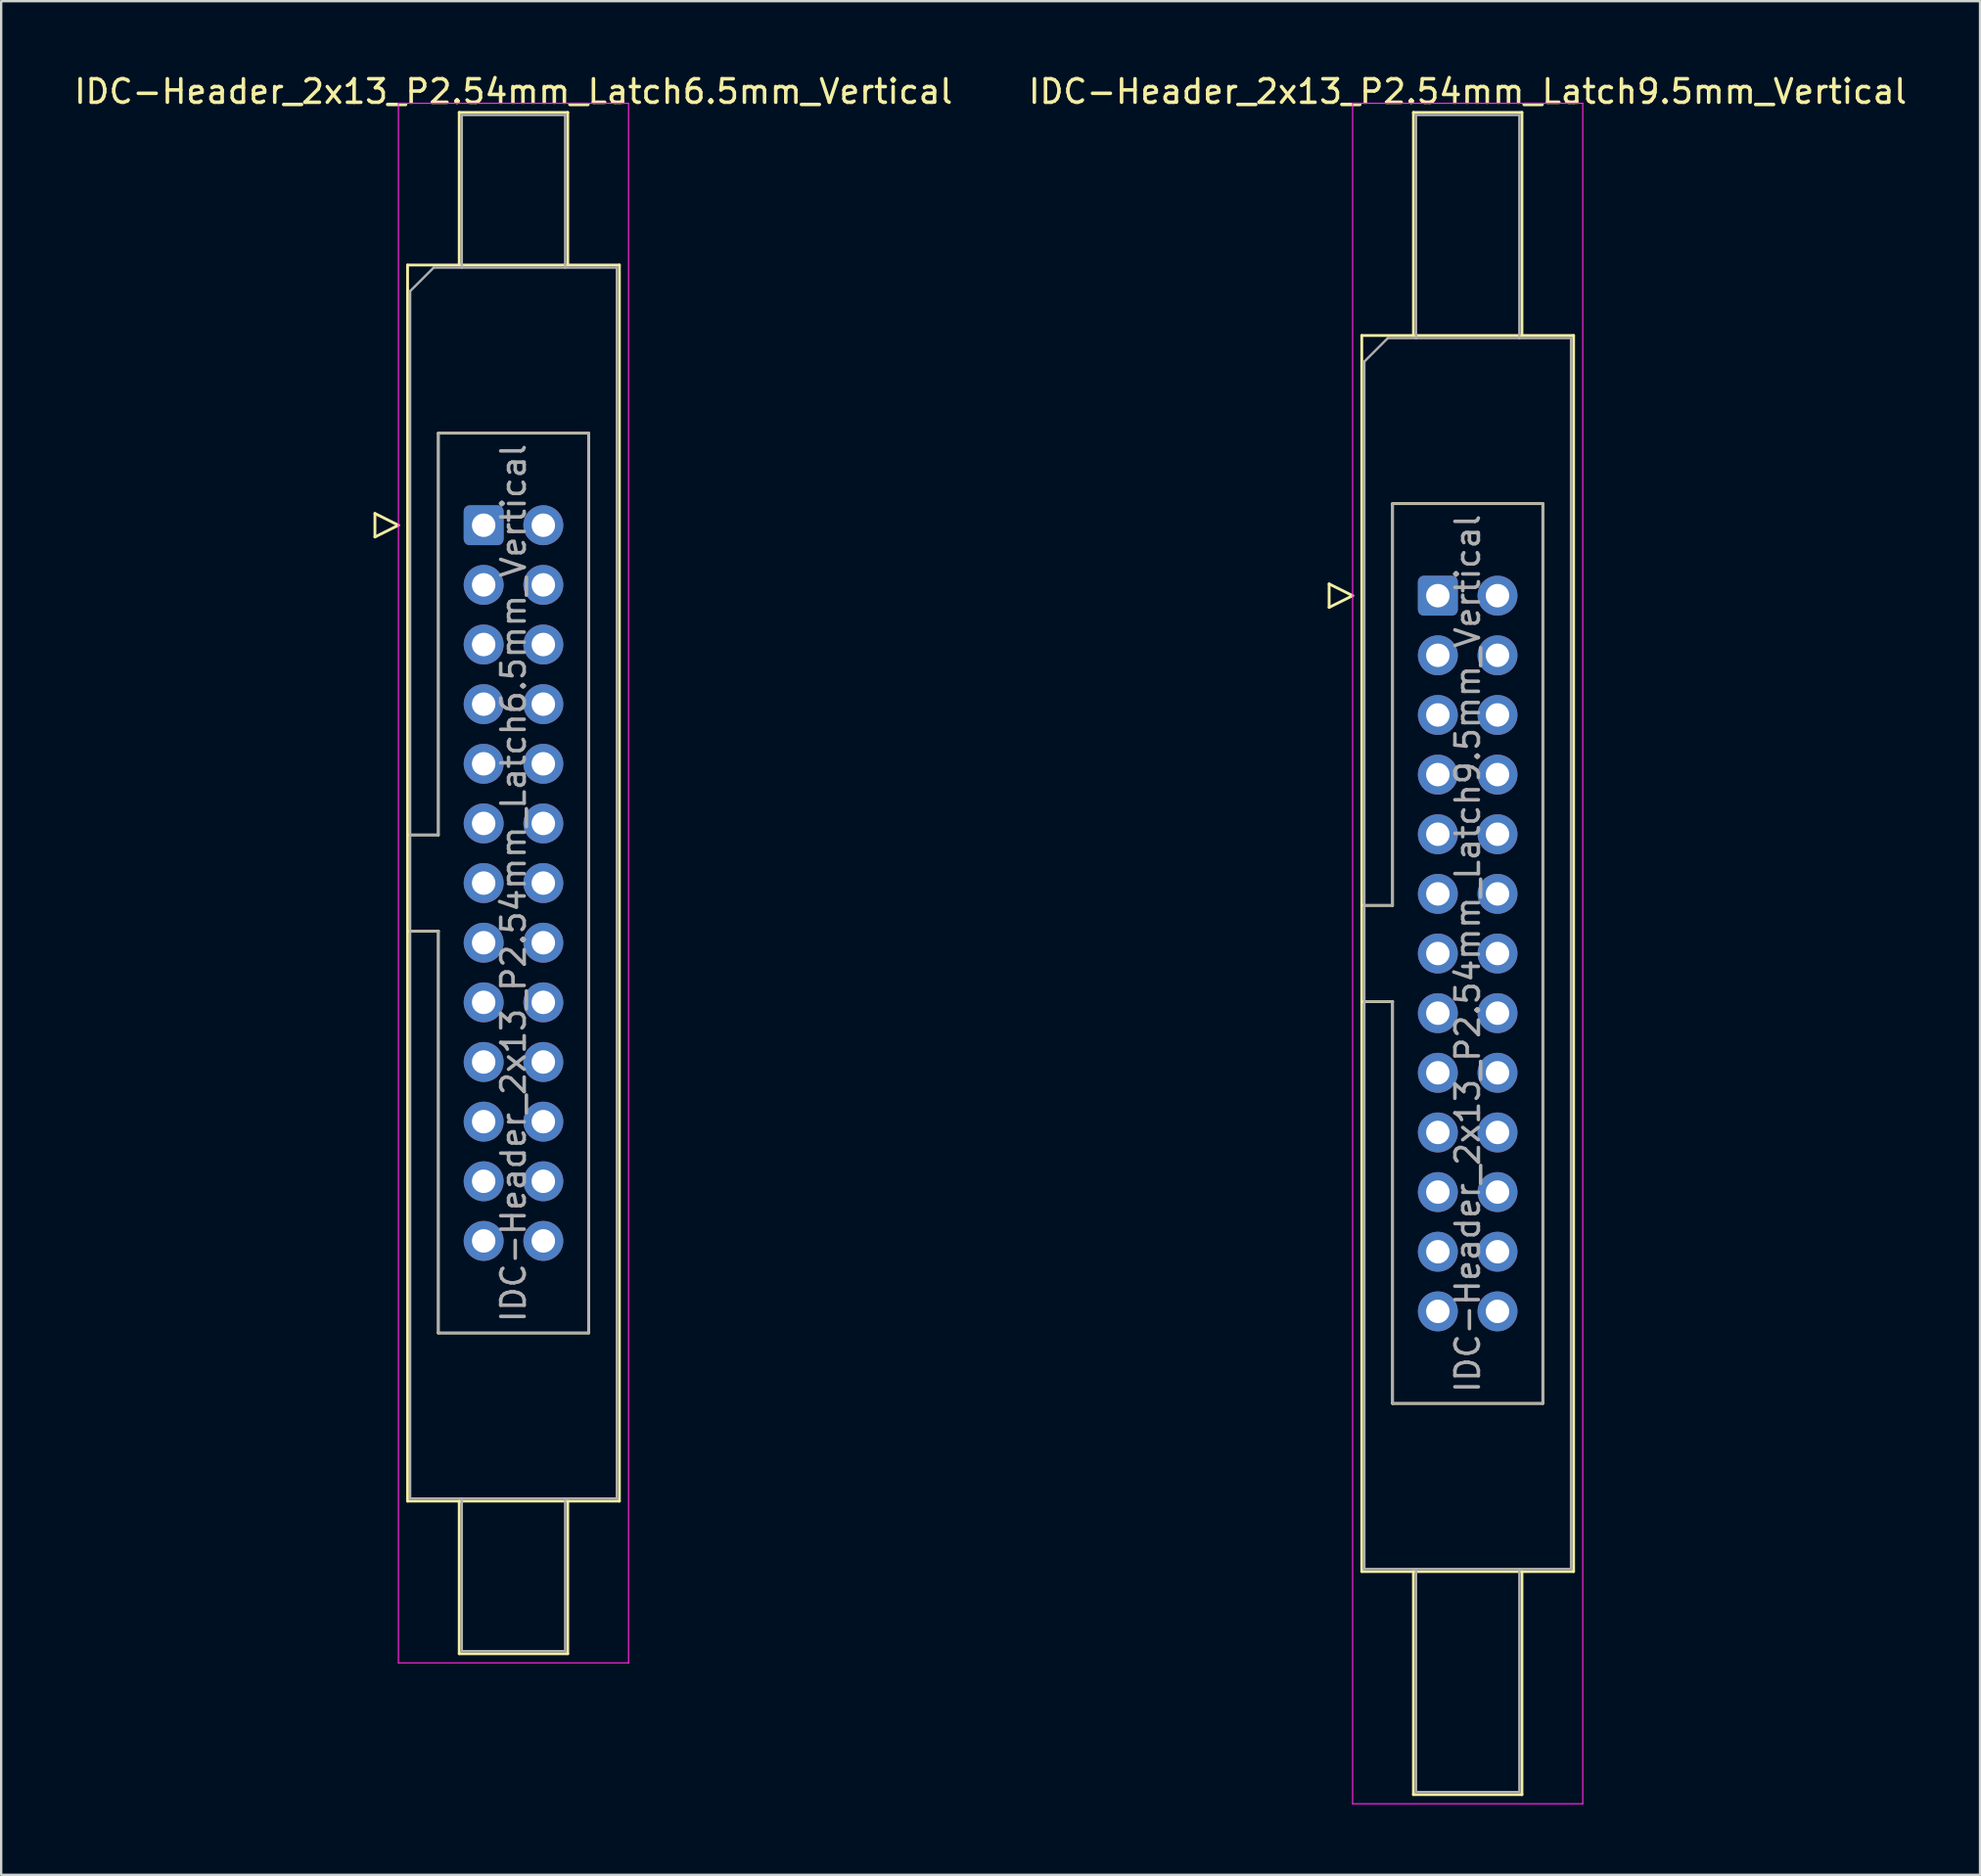
<source format=kicad_pcb>
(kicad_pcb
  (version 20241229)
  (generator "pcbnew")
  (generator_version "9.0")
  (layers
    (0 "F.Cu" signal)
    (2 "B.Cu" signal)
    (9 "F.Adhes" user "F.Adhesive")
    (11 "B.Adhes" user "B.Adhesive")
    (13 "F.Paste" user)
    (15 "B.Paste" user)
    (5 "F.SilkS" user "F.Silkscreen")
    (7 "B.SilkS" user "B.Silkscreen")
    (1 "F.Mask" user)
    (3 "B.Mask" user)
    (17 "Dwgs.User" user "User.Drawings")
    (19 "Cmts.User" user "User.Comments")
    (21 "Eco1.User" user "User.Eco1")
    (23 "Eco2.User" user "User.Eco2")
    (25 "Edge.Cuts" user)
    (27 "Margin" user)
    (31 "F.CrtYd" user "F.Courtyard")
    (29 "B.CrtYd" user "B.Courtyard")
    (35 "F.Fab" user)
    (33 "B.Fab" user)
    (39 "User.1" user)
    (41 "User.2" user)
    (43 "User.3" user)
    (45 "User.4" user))
  (footprint "IDC-Header_2x13_P2.54mm_Latch9.5mm_Vertical"
    (layer "F.Cu")
    (at 58.176 22.318)
    (property "Reference" "IDC-Header_2x13_P2.54mm_Latch9.5mm_Vertical" (at 1.27 -21.47 0) (layer "F.SilkS") (effects (font (size 1 1) (thickness 0.15))))
    (attr through_hole)
    (fp_line (start -4.63 -0.5) (end -4.63 0.5) (stroke (width 0.12) (type solid)) (layer "F.SilkS"))
    (fp_line (start -4.63 0.5) (end -3.63 0) (stroke (width 0.12) (type solid)) (layer "F.SilkS"))
    (fp_line (start -3.63 0) (end -4.63 -0.5) (stroke (width 0.12) (type solid)) (layer "F.SilkS"))
    (fp_line (start -3.24 -11.08) (end 5.78 -11.08) (stroke (width 0.12) (type solid)) (layer "F.SilkS"))
    (fp_line (start -3.24 13.19) (end -1.93 13.19) (stroke (width 0.12) (type solid)) (layer "F.SilkS"))
    (fp_line (start -3.24 41.56) (end -3.24 -11.08) (stroke (width 0.12) (type solid)) (layer "F.SilkS"))
    (fp_line (start -1.93 -3.92) (end 4.47 -3.92) (stroke (width 0.12) (type solid)) (layer "F.SilkS"))
    (fp_line (start -1.93 13.19) (end -1.93 -3.92) (stroke (width 0.12) (type solid)) (layer "F.SilkS"))
    (fp_line (start -1.93 17.29) (end -3.24 17.29) (stroke (width 0.12) (type solid)) (layer "F.SilkS"))
    (fp_line (start -1.93 17.29) (end -1.93 17.29) (stroke (width 0.12) (type solid)) (layer "F.SilkS"))
    (fp_line (start -1.93 34.4) (end -1.93 17.29) (stroke (width 0.12) (type solid)) (layer "F.SilkS"))
    (fp_line (start -1.04 -20.58) (end 3.58 -20.58) (stroke (width 0.12) (type solid)) (layer "F.SilkS"))
    (fp_line (start -1.04 -11.08) (end -1.04 -20.58) (stroke (width 0.12) (type solid)) (layer "F.SilkS"))
    (fp_line (start -1.04 41.56) (end -1.04 51.06) (stroke (width 0.12) (type solid)) (layer "F.SilkS"))
    (fp_line (start -1.04 51.06) (end 3.58 51.06) (stroke (width 0.12) (type solid)) (layer "F.SilkS"))
    (fp_line (start 3.58 -20.58) (end 3.58 -11.08) (stroke (width 0.12) (type solid)) (layer "F.SilkS"))
    (fp_line (start 3.58 51.06) (end 3.58 41.56) (stroke (width 0.12) (type solid)) (layer "F.SilkS"))
    (fp_line (start 4.47 -3.92) (end 4.47 34.4) (stroke (width 0.12) (type solid)) (layer "F.SilkS"))
    (fp_line (start 4.47 34.4) (end -1.93 34.4) (stroke (width 0.12) (type solid)) (layer "F.SilkS"))
    (fp_line (start 5.78 -11.08) (end 5.78 41.56) (stroke (width 0.12) (type solid)) (layer "F.SilkS"))
    (fp_line (start 5.78 41.56) (end -3.24 41.56) (stroke (width 0.12) (type solid)) (layer "F.SilkS"))
    (fp_line (start -3.63 -20.97) (end -3.63 51.45) (stroke (width 0.05) (type solid)) (layer "F.CrtYd"))
    (fp_line (start -3.63 51.45) (end 6.17 51.45) (stroke (width 0.05) (type solid)) (layer "F.CrtYd"))
    (fp_line (start 6.17 -20.97) (end -3.63 -20.97) (stroke (width 0.05) (type solid)) (layer "F.CrtYd"))
    (fp_line (start 6.17 51.45) (end 6.17 -20.97) (stroke (width 0.05) (type solid)) (layer "F.CrtYd"))
    (fp_line (start -3.13 -9.97) (end -2.13 -10.97) (stroke (width 0.1) (type solid)) (layer "F.Fab"))
    (fp_line (start -3.13 13.19) (end -1.93 13.19) (stroke (width 0.1) (type solid)) (layer "F.Fab"))
    (fp_line (start -3.13 41.45) (end -3.13 -9.97) (stroke (width 0.1) (type solid)) (layer "F.Fab"))
    (fp_line (start -2.13 -10.97) (end 5.67 -10.97) (stroke (width 0.1) (type solid)) (layer "F.Fab"))
    (fp_line (start -1.93 -3.92) (end 4.47 -3.92) (stroke (width 0.1) (type solid)) (layer "F.Fab"))
    (fp_line (start -1.93 13.19) (end -1.93 -3.92) (stroke (width 0.1) (type solid)) (layer "F.Fab"))
    (fp_line (start -1.93 17.29) (end -3.13 17.29) (stroke (width 0.1) (type solid)) (layer "F.Fab"))
    (fp_line (start -1.93 17.29) (end -1.93 17.29) (stroke (width 0.1) (type solid)) (layer "F.Fab"))
    (fp_line (start -1.93 34.4) (end -1.93 17.29) (stroke (width 0.1) (type solid)) (layer "F.Fab"))
    (fp_line (start -0.93 -20.47) (end 3.47 -20.47) (stroke (width 0.1) (type solid)) (layer "F.Fab"))
    (fp_line (start -0.93 -10.97) (end -0.93 -20.47) (stroke (width 0.1) (type solid)) (layer "F.Fab"))
    (fp_line (start -0.93 41.45) (end -0.93 50.95) (stroke (width 0.1) (type solid)) (layer "F.Fab"))
    (fp_line (start -0.93 50.95) (end 3.47 50.95) (stroke (width 0.1) (type solid)) (layer "F.Fab"))
    (fp_line (start 3.47 -20.47) (end 3.47 -10.97) (stroke (width 0.1) (type solid)) (layer "F.Fab"))
    (fp_line (start 3.47 50.95) (end 3.47 41.45) (stroke (width 0.1) (type solid)) (layer "F.Fab"))
    (fp_line (start 4.47 -3.92) (end 4.47 34.4) (stroke (width 0.1) (type solid)) (layer "F.Fab"))
    (fp_line (start 4.47 34.4) (end -1.93 34.4) (stroke (width 0.1) (type solid)) (layer "F.Fab"))
    (fp_line (start 5.67 -10.97) (end 5.67 41.45) (stroke (width 0.1) (type solid)) (layer "F.Fab"))
    (fp_line (start 5.67 41.45) (end -3.13 41.45) (stroke (width 0.1) (type solid)) (layer "F.Fab"))
    (fp_text user "${REFERENCE}" (at 1.27 15.24 90) (layer "F.Fab") (effects (font (size 1 1) (thickness 0.15))))
    (pad "1" thru_hole roundrect (at 0 0) (size 1.7 1.7) (drill 1) (layers "*.Cu" "*.Mask") (roundrect_rratio 0.147))
    (pad "2" thru_hole circle (at 2.54 0) (size 1.7 1.7) (drill 1) (layers "*.Cu" "*.Mask"))
    (pad "3" thru_hole circle (at 0 2.54) (size 1.7 1.7) (drill 1) (layers "*.Cu" "*.Mask"))
    (pad "4" thru_hole circle (at 2.54 2.54) (size 1.7 1.7) (drill 1) (layers "*.Cu" "*.Mask"))
    (pad "5" thru_hole circle (at 0 5.08) (size 1.7 1.7) (drill 1) (layers "*.Cu" "*.Mask"))
    (pad "6" thru_hole circle (at 2.54 5.08) (size 1.7 1.7) (drill 1) (layers "*.Cu" "*.Mask"))
    (pad "7" thru_hole circle (at 0 7.62) (size 1.7 1.7) (drill 1) (layers "*.Cu" "*.Mask"))
    (pad "8" thru_hole circle (at 2.54 7.62) (size 1.7 1.7) (drill 1) (layers "*.Cu" "*.Mask"))
    (pad "9" thru_hole circle (at 0 10.16) (size 1.7 1.7) (drill 1) (layers "*.Cu" "*.Mask"))
    (pad "10" thru_hole circle (at 2.54 10.16) (size 1.7 1.7) (drill 1) (layers "*.Cu" "*.Mask"))
    (pad "11" thru_hole circle (at 0 12.7) (size 1.7 1.7) (drill 1) (layers "*.Cu" "*.Mask"))
    (pad "12" thru_hole circle (at 2.54 12.7) (size 1.7 1.7) (drill 1) (layers "*.Cu" "*.Mask"))
    (pad "13" thru_hole circle (at 0 15.24) (size 1.7 1.7) (drill 1) (layers "*.Cu" "*.Mask"))
    (pad "14" thru_hole circle (at 2.54 15.24) (size 1.7 1.7) (drill 1) (layers "*.Cu" "*.Mask"))
    (pad "15" thru_hole circle (at 0 17.78) (size 1.7 1.7) (drill 1) (layers "*.Cu" "*.Mask"))
    (pad "16" thru_hole circle (at 2.54 17.78) (size 1.7 1.7) (drill 1) (layers "*.Cu" "*.Mask"))
    (pad "17" thru_hole circle (at 0 20.32) (size 1.7 1.7) (drill 1) (layers "*.Cu" "*.Mask"))
    (pad "18" thru_hole circle (at 2.54 20.32) (size 1.7 1.7) (drill 1) (layers "*.Cu" "*.Mask"))
    (pad "19" thru_hole circle (at 0 22.86) (size 1.7 1.7) (drill 1) (layers "*.Cu" "*.Mask"))
    (pad "20" thru_hole circle (at 2.54 22.86) (size 1.7 1.7) (drill 1) (layers "*.Cu" "*.Mask"))
    (pad "21" thru_hole circle (at 0 25.4) (size 1.7 1.7) (drill 1) (layers "*.Cu" "*.Mask"))
    (pad "22" thru_hole circle (at 2.54 25.4) (size 1.7 1.7) (drill 1) (layers "*.Cu" "*.Mask"))
    (pad "23" thru_hole circle (at 0 27.94) (size 1.7 1.7) (drill 1) (layers "*.Cu" "*.Mask"))
    (pad "24" thru_hole circle (at 2.54 27.94) (size 1.7 1.7) (drill 1) (layers "*.Cu" "*.Mask"))
    (pad "25" thru_hole circle (at 0 30.48) (size 1.7 1.7) (drill 1) (layers "*.Cu" "*.Mask"))
    (pad "26" thru_hole circle (at 2.54 30.48) (size 1.7 1.7) (drill 1) (layers "*.Cu" "*.Mask")))
  (footprint "IDC-Header_2x13_P2.54mm_Latch6.5mm_Vertical"
    (layer "F.Cu")
    (at 17.545 19.318)
    (property "Reference" "IDC-Header_2x13_P2.54mm_Latch6.5mm_Vertical" (at 1.27 -18.47 0) (layer "F.SilkS") (effects (font (size 1 1) (thickness 0.15))))
    (attr through_hole)
    (fp_line (start -4.63 -0.5) (end -4.63 0.5) (stroke (width 0.12) (type solid)) (layer "F.SilkS"))
    (fp_line (start -4.63 0.5) (end -3.63 0) (stroke (width 0.12) (type solid)) (layer "F.SilkS"))
    (fp_line (start -3.63 0) (end -4.63 -0.5) (stroke (width 0.12) (type solid)) (layer "F.SilkS"))
    (fp_line (start -3.24 -11.08) (end 5.78 -11.08) (stroke (width 0.12) (type solid)) (layer "F.SilkS"))
    (fp_line (start -3.24 13.19) (end -1.93 13.19) (stroke (width 0.12) (type solid)) (layer "F.SilkS"))
    (fp_line (start -3.24 41.56) (end -3.24 -11.08) (stroke (width 0.12) (type solid)) (layer "F.SilkS"))
    (fp_line (start -1.93 -3.92) (end 4.47 -3.92) (stroke (width 0.12) (type solid)) (layer "F.SilkS"))
    (fp_line (start -1.93 13.19) (end -1.93 -3.92) (stroke (width 0.12) (type solid)) (layer "F.SilkS"))
    (fp_line (start -1.93 17.29) (end -3.24 17.29) (stroke (width 0.12) (type solid)) (layer "F.SilkS"))
    (fp_line (start -1.93 17.29) (end -1.93 17.29) (stroke (width 0.12) (type solid)) (layer "F.SilkS"))
    (fp_line (start -1.93 34.4) (end -1.93 17.29) (stroke (width 0.12) (type solid)) (layer "F.SilkS"))
    (fp_line (start -1.04 -17.58) (end 3.58 -17.58) (stroke (width 0.12) (type solid)) (layer "F.SilkS"))
    (fp_line (start -1.04 -11.08) (end -1.04 -17.58) (stroke (width 0.12) (type solid)) (layer "F.SilkS"))
    (fp_line (start -1.04 41.56) (end -1.04 48.06) (stroke (width 0.12) (type solid)) (layer "F.SilkS"))
    (fp_line (start -1.04 48.06) (end 3.58 48.06) (stroke (width 0.12) (type solid)) (layer "F.SilkS"))
    (fp_line (start 3.58 -17.58) (end 3.58 -11.08) (stroke (width 0.12) (type solid)) (layer "F.SilkS"))
    (fp_line (start 3.58 48.06) (end 3.58 41.56) (stroke (width 0.12) (type solid)) (layer "F.SilkS"))
    (fp_line (start 4.47 -3.92) (end 4.47 34.4) (stroke (width 0.12) (type solid)) (layer "F.SilkS"))
    (fp_line (start 4.47 34.4) (end -1.93 34.4) (stroke (width 0.12) (type solid)) (layer "F.SilkS"))
    (fp_line (start 5.78 -11.08) (end 5.78 41.56) (stroke (width 0.12) (type solid)) (layer "F.SilkS"))
    (fp_line (start 5.78 41.56) (end -3.24 41.56) (stroke (width 0.12) (type solid)) (layer "F.SilkS"))
    (fp_line (start -3.63 -17.97) (end -3.63 48.45) (stroke (width 0.05) (type solid)) (layer "F.CrtYd"))
    (fp_line (start -3.63 48.45) (end 6.17 48.45) (stroke (width 0.05) (type solid)) (layer "F.CrtYd"))
    (fp_line (start 6.17 -17.97) (end -3.63 -17.97) (stroke (width 0.05) (type solid)) (layer "F.CrtYd"))
    (fp_line (start 6.17 48.45) (end 6.17 -17.97) (stroke (width 0.05) (type solid)) (layer "F.CrtYd"))
    (fp_line (start -3.13 -9.97) (end -2.13 -10.97) (stroke (width 0.1) (type solid)) (layer "F.Fab"))
    (fp_line (start -3.13 13.19) (end -1.93 13.19) (stroke (width 0.1) (type solid)) (layer "F.Fab"))
    (fp_line (start -3.13 41.45) (end -3.13 -9.97) (stroke (width 0.1) (type solid)) (layer "F.Fab"))
    (fp_line (start -2.13 -10.97) (end 5.67 -10.97) (stroke (width 0.1) (type solid)) (layer "F.Fab"))
    (fp_line (start -1.93 -3.92) (end 4.47 -3.92) (stroke (width 0.1) (type solid)) (layer "F.Fab"))
    (fp_line (start -1.93 13.19) (end -1.93 -3.92) (stroke (width 0.1) (type solid)) (layer "F.Fab"))
    (fp_line (start -1.93 17.29) (end -3.13 17.29) (stroke (width 0.1) (type solid)) (layer "F.Fab"))
    (fp_line (start -1.93 17.29) (end -1.93 17.29) (stroke (width 0.1) (type solid)) (layer "F.Fab"))
    (fp_line (start -1.93 34.4) (end -1.93 17.29) (stroke (width 0.1) (type solid)) (layer "F.Fab"))
    (fp_line (start -0.93 -17.47) (end 3.47 -17.47) (stroke (width 0.1) (type solid)) (layer "F.Fab"))
    (fp_line (start -0.93 -10.97) (end -0.93 -17.47) (stroke (width 0.1) (type solid)) (layer "F.Fab"))
    (fp_line (start -0.93 41.45) (end -0.93 47.95) (stroke (width 0.1) (type solid)) (layer "F.Fab"))
    (fp_line (start -0.93 47.95) (end 3.47 47.95) (stroke (width 0.1) (type solid)) (layer "F.Fab"))
    (fp_line (start 3.47 -17.47) (end 3.47 -10.97) (stroke (width 0.1) (type solid)) (layer "F.Fab"))
    (fp_line (start 3.47 47.95) (end 3.47 41.45) (stroke (width 0.1) (type solid)) (layer "F.Fab"))
    (fp_line (start 4.47 -3.92) (end 4.47 34.4) (stroke (width 0.1) (type solid)) (layer "F.Fab"))
    (fp_line (start 4.47 34.4) (end -1.93 34.4) (stroke (width 0.1) (type solid)) (layer "F.Fab"))
    (fp_line (start 5.67 -10.97) (end 5.67 41.45) (stroke (width 0.1) (type solid)) (layer "F.Fab"))
    (fp_line (start 5.67 41.45) (end -3.13 41.45) (stroke (width 0.1) (type solid)) (layer "F.Fab"))
    (fp_text user "${REFERENCE}" (at 1.27 15.24 90) (layer "F.Fab") (effects (font (size 1 1) (thickness 0.15))))
    (pad "1" thru_hole roundrect (at 0 0) (size 1.7 1.7) (drill 1) (layers "*.Cu" "*.Mask") (roundrect_rratio 0.147))
    (pad "2" thru_hole circle (at 2.54 0) (size 1.7 1.7) (drill 1) (layers "*.Cu" "*.Mask"))
    (pad "3" thru_hole circle (at 0 2.54) (size 1.7 1.7) (drill 1) (layers "*.Cu" "*.Mask"))
    (pad "4" thru_hole circle (at 2.54 2.54) (size 1.7 1.7) (drill 1) (layers "*.Cu" "*.Mask"))
    (pad "5" thru_hole circle (at 0 5.08) (size 1.7 1.7) (drill 1) (layers "*.Cu" "*.Mask"))
    (pad "6" thru_hole circle (at 2.54 5.08) (size 1.7 1.7) (drill 1) (layers "*.Cu" "*.Mask"))
    (pad "7" thru_hole circle (at 0 7.62) (size 1.7 1.7) (drill 1) (layers "*.Cu" "*.Mask"))
    (pad "8" thru_hole circle (at 2.54 7.62) (size 1.7 1.7) (drill 1) (layers "*.Cu" "*.Mask"))
    (pad "9" thru_hole circle (at 0 10.16) (size 1.7 1.7) (drill 1) (layers "*.Cu" "*.Mask"))
    (pad "10" thru_hole circle (at 2.54 10.16) (size 1.7 1.7) (drill 1) (layers "*.Cu" "*.Mask"))
    (pad "11" thru_hole circle (at 0 12.7) (size 1.7 1.7) (drill 1) (layers "*.Cu" "*.Mask"))
    (pad "12" thru_hole circle (at 2.54 12.7) (size 1.7 1.7) (drill 1) (layers "*.Cu" "*.Mask"))
    (pad "13" thru_hole circle (at 0 15.24) (size 1.7 1.7) (drill 1) (layers "*.Cu" "*.Mask"))
    (pad "14" thru_hole circle (at 2.54 15.24) (size 1.7 1.7) (drill 1) (layers "*.Cu" "*.Mask"))
    (pad "15" thru_hole circle (at 0 17.78) (size 1.7 1.7) (drill 1) (layers "*.Cu" "*.Mask"))
    (pad "16" thru_hole circle (at 2.54 17.78) (size 1.7 1.7) (drill 1) (layers "*.Cu" "*.Mask"))
    (pad "17" thru_hole circle (at 0 20.32) (size 1.7 1.7) (drill 1) (layers "*.Cu" "*.Mask"))
    (pad "18" thru_hole circle (at 2.54 20.32) (size 1.7 1.7) (drill 1) (layers "*.Cu" "*.Mask"))
    (pad "19" thru_hole circle (at 0 22.86) (size 1.7 1.7) (drill 1) (layers "*.Cu" "*.Mask"))
    (pad "20" thru_hole circle (at 2.54 22.86) (size 1.7 1.7) (drill 1) (layers "*.Cu" "*.Mask"))
    (pad "21" thru_hole circle (at 0 25.4) (size 1.7 1.7) (drill 1) (layers "*.Cu" "*.Mask"))
    (pad "22" thru_hole circle (at 2.54 25.4) (size 1.7 1.7) (drill 1) (layers "*.Cu" "*.Mask"))
    (pad "23" thru_hole circle (at 0 27.94) (size 1.7 1.7) (drill 1) (layers "*.Cu" "*.Mask"))
    (pad "24" thru_hole circle (at 2.54 27.94) (size 1.7 1.7) (drill 1) (layers "*.Cu" "*.Mask"))
    (pad "25" thru_hole circle (at 0 30.48) (size 1.7 1.7) (drill 1) (layers "*.Cu" "*.Mask"))
    (pad "26" thru_hole circle (at 2.54 30.48) (size 1.7 1.7) (drill 1) (layers "*.Cu" "*.Mask")))
  (gr_rect
    (start -3 -3)
    (end 81.262 76.793)
    (stroke (width 0.1) (type default))
    (fill no)
    (layer "Edge.Cuts")))
</source>
